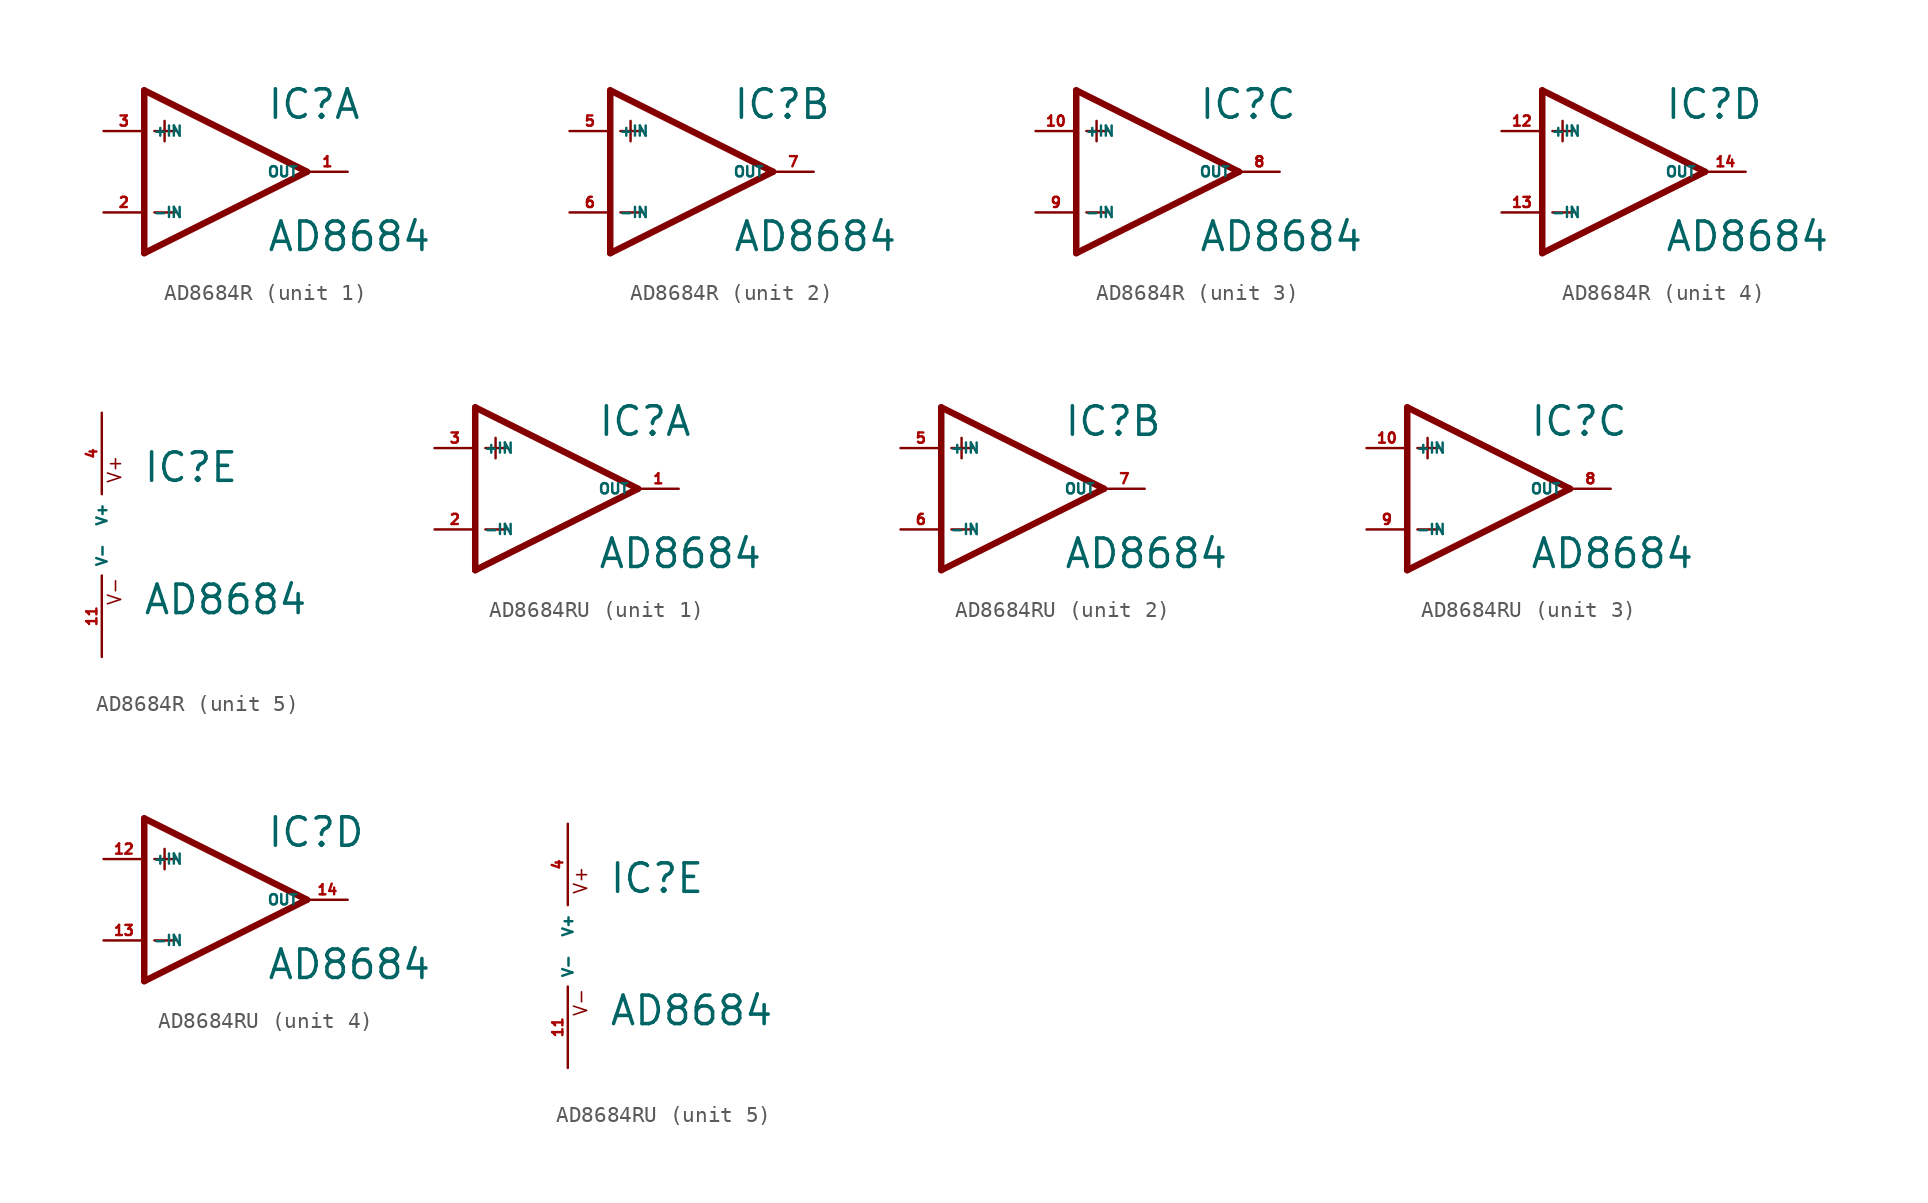
<source format=kicad_sym>
(kicad_symbol_lib
  (version 20220914)
  (generator Eagle2Kicad)
  (symbol "AD8684R"
    (property "Reference" "IC"
      (at 2.54 3.175 0)
      (effects (font (size 1.778 1.778) (thickness 0.22)) (justify left bottom)))
    (property "Value" "AD8684"
      (at 2.54 -5.08 0)
      (effects (font (size 1.778 1.778) (thickness 0.22)) (justify left bottom)))
    (symbol "AD8684R_1_0"
      (polyline (pts (xy -5.08 5.08) (xy -5.08 -5.08)) (stroke (width 0.406) (type default)) (fill (type none)))
      (polyline (pts (xy -5.08 -5.08) (xy 5.08 0)) (stroke (width 0.406) (type default)) (fill (type none)))
      (polyline (pts (xy 5.08 0) (xy -5.08 5.08)) (stroke (width 0.406) (type default)) (fill (type none)))
      (polyline (pts (xy -3.81 3.175) (xy -3.81 1.905)) (stroke (width 0.152) (type default)) (fill (type none)))
      (polyline (pts (xy -4.445 2.54) (xy -3.175 2.54)) (stroke (width 0.152) (type default)) (fill (type none)))
      (polyline (pts (xy -4.445 -2.54) (xy -3.175 -2.54)) (stroke (width 0.152) (type default)) (fill (type none)))
      (pin input line (at -7.62 -2.54 0) (length 2.54) (name "-IN" (effects (font (size 0.635 0.635) (thickness 0.08)) (justify left bottom))) (number "2" (effects (font (size 0.635 0.635) (thickness 0.08)) (justify left bottom))))
      (pin input line (at -7.62 2.54 0) (length 2.54) (name "+IN" (effects (font (size 0.635 0.635) (thickness 0.08)) (justify left bottom))) (number "3" (effects (font (size 0.635 0.635) (thickness 0.08)) (justify left bottom))))
      (pin output line (at 7.62 0 180) (length 2.54) (name "OUT" (effects (font (size 0.635 0.635) (thickness 0.08)) (justify left bottom))) (number "1" (effects (font (size 0.635 0.635) (thickness 0.08)) (justify left bottom)))))
    (symbol "AD8684R_2_0"
      (polyline (pts (xy -5.08 5.08) (xy -5.08 -5.08)) (stroke (width 0.406) (type default)) (fill (type none)))
      (polyline (pts (xy -5.08 -5.08) (xy 5.08 0)) (stroke (width 0.406) (type default)) (fill (type none)))
      (polyline (pts (xy 5.08 0) (xy -5.08 5.08)) (stroke (width 0.406) (type default)) (fill (type none)))
      (polyline (pts (xy -3.81 3.175) (xy -3.81 1.905)) (stroke (width 0.152) (type default)) (fill (type none)))
      (polyline (pts (xy -4.445 2.54) (xy -3.175 2.54)) (stroke (width 0.152) (type default)) (fill (type none)))
      (polyline (pts (xy -4.445 -2.54) (xy -3.175 -2.54)) (stroke (width 0.152) (type default)) (fill (type none)))
      (pin input line (at -7.62 -2.54 0) (length 2.54) (name "-IN" (effects (font (size 0.635 0.635) (thickness 0.08)) (justify left bottom))) (number "6" (effects (font (size 0.635 0.635) (thickness 0.08)) (justify left bottom))))
      (pin input line (at -7.62 2.54 0) (length 2.54) (name "+IN" (effects (font (size 0.635 0.635) (thickness 0.08)) (justify left bottom))) (number "5" (effects (font (size 0.635 0.635) (thickness 0.08)) (justify left bottom))))
      (pin output line (at 7.62 0 180) (length 2.54) (name "OUT" (effects (font (size 0.635 0.635) (thickness 0.08)) (justify left bottom))) (number "7" (effects (font (size 0.635 0.635) (thickness 0.08)) (justify left bottom)))))
    (symbol "AD8684R_3_0"
      (polyline (pts (xy -5.08 5.08) (xy -5.08 -5.08)) (stroke (width 0.406) (type default)) (fill (type none)))
      (polyline (pts (xy -5.08 -5.08) (xy 5.08 0)) (stroke (width 0.406) (type default)) (fill (type none)))
      (polyline (pts (xy 5.08 0) (xy -5.08 5.08)) (stroke (width 0.406) (type default)) (fill (type none)))
      (polyline (pts (xy -3.81 3.175) (xy -3.81 1.905)) (stroke (width 0.152) (type default)) (fill (type none)))
      (polyline (pts (xy -4.445 2.54) (xy -3.175 2.54)) (stroke (width 0.152) (type default)) (fill (type none)))
      (polyline (pts (xy -4.445 -2.54) (xy -3.175 -2.54)) (stroke (width 0.152) (type default)) (fill (type none)))
      (pin input line (at -7.62 -2.54 0) (length 2.54) (name "-IN" (effects (font (size 0.635 0.635) (thickness 0.08)) (justify left bottom))) (number "9" (effects (font (size 0.635 0.635) (thickness 0.08)) (justify left bottom))))
      (pin input line (at -7.62 2.54 0) (length 2.54) (name "+IN" (effects (font (size 0.635 0.635) (thickness 0.08)) (justify left bottom))) (number "10" (effects (font (size 0.635 0.635) (thickness 0.08)) (justify left bottom))))
      (pin output line (at 7.62 0 180) (length 2.54) (name "OUT" (effects (font (size 0.635 0.635) (thickness 0.08)) (justify left bottom))) (number "8" (effects (font (size 0.635 0.635) (thickness 0.08)) (justify left bottom)))))
    (symbol "AD8684R_4_0"
      (polyline (pts (xy -5.08 5.08) (xy -5.08 -5.08)) (stroke (width 0.406) (type default)) (fill (type none)))
      (polyline (pts (xy -5.08 -5.08) (xy 5.08 0)) (stroke (width 0.406) (type default)) (fill (type none)))
      (polyline (pts (xy 5.08 0) (xy -5.08 5.08)) (stroke (width 0.406) (type default)) (fill (type none)))
      (polyline (pts (xy -3.81 3.175) (xy -3.81 1.905)) (stroke (width 0.152) (type default)) (fill (type none)))
      (polyline (pts (xy -4.445 2.54) (xy -3.175 2.54)) (stroke (width 0.152) (type default)) (fill (type none)))
      (polyline (pts (xy -4.445 -2.54) (xy -3.175 -2.54)) (stroke (width 0.152) (type default)) (fill (type none)))
      (pin input line (at -7.62 -2.54 0) (length 2.54) (name "-IN" (effects (font (size 0.635 0.635) (thickness 0.08)) (justify left bottom))) (number "13" (effects (font (size 0.635 0.635) (thickness 0.08)) (justify left bottom))))
      (pin input line (at -7.62 2.54 0) (length 2.54) (name "+IN" (effects (font (size 0.635 0.635) (thickness 0.08)) (justify left bottom))) (number "12" (effects (font (size 0.635 0.635) (thickness 0.08)) (justify left bottom))))
      (pin output line (at 7.62 0 180) (length 2.54) (name "OUT" (effects (font (size 0.635 0.635) (thickness 0.08)) (justify left bottom))) (number "14" (effects (font (size 0.635 0.635) (thickness 0.08)) (justify left bottom)))))
    (symbol "AD8684R_5_0"
      (text "V+" (at 1.27 3.175 900) (effects (font (size 0.813 0.813) (thickness 0.10)) (justify left bottom)))
      (text "V-" (at 1.27 -4.445 900) (effects (font (size 0.813 0.813) (thickness 0.10)) (justify left bottom)))
      (pin unspecified line (at 0 7.62 270) (length 5.08) (name "V+" (effects (font (size 0.635 0.635) (thickness 0.08)) (justify left bottom))) (number "4" (effects (font (size 0.635 0.635) (thickness 0.08)) (justify left bottom))))
      (pin unspecified line (at 0 -7.62 90) (length 5.08) (name "V-" (effects (font (size 0.635 0.635) (thickness 0.08)) (justify left bottom))) (number "11" (effects (font (size 0.635 0.635) (thickness 0.08)) (justify left bottom))))))
  (symbol "AD8684RU"
    (property "Reference" "IC"
      (at 2.54 3.175 0)
      (effects (font (size 1.778 1.778) (thickness 0.22)) (justify left bottom)))
    (property "Value" "AD8684"
      (at 2.54 -5.08 0)
      (effects (font (size 1.778 1.778) (thickness 0.22)) (justify left bottom)))
    (symbol "AD8684RU_1_0"
      (polyline (pts (xy -5.08 5.08) (xy -5.08 -5.08)) (stroke (width 0.406) (type default)) (fill (type none)))
      (polyline (pts (xy -5.08 -5.08) (xy 5.08 0)) (stroke (width 0.406) (type default)) (fill (type none)))
      (polyline (pts (xy 5.08 0) (xy -5.08 5.08)) (stroke (width 0.406) (type default)) (fill (type none)))
      (polyline (pts (xy -3.81 3.175) (xy -3.81 1.905)) (stroke (width 0.152) (type default)) (fill (type none)))
      (polyline (pts (xy -4.445 2.54) (xy -3.175 2.54)) (stroke (width 0.152) (type default)) (fill (type none)))
      (polyline (pts (xy -4.445 -2.54) (xy -3.175 -2.54)) (stroke (width 0.152) (type default)) (fill (type none)))
      (pin input line (at -7.62 -2.54 0) (length 2.54) (name "-IN" (effects (font (size 0.635 0.635) (thickness 0.08)) (justify left bottom))) (number "2" (effects (font (size 0.635 0.635) (thickness 0.08)) (justify left bottom))))
      (pin input line (at -7.62 2.54 0) (length 2.54) (name "+IN" (effects (font (size 0.635 0.635) (thickness 0.08)) (justify left bottom))) (number "3" (effects (font (size 0.635 0.635) (thickness 0.08)) (justify left bottom))))
      (pin output line (at 7.62 0 180) (length 2.54) (name "OUT" (effects (font (size 0.635 0.635) (thickness 0.08)) (justify left bottom))) (number "1" (effects (font (size 0.635 0.635) (thickness 0.08)) (justify left bottom)))))
    (symbol "AD8684RU_2_0"
      (polyline (pts (xy -5.08 5.08) (xy -5.08 -5.08)) (stroke (width 0.406) (type default)) (fill (type none)))
      (polyline (pts (xy -5.08 -5.08) (xy 5.08 0)) (stroke (width 0.406) (type default)) (fill (type none)))
      (polyline (pts (xy 5.08 0) (xy -5.08 5.08)) (stroke (width 0.406) (type default)) (fill (type none)))
      (polyline (pts (xy -3.81 3.175) (xy -3.81 1.905)) (stroke (width 0.152) (type default)) (fill (type none)))
      (polyline (pts (xy -4.445 2.54) (xy -3.175 2.54)) (stroke (width 0.152) (type default)) (fill (type none)))
      (polyline (pts (xy -4.445 -2.54) (xy -3.175 -2.54)) (stroke (width 0.152) (type default)) (fill (type none)))
      (pin input line (at -7.62 -2.54 0) (length 2.54) (name "-IN" (effects (font (size 0.635 0.635) (thickness 0.08)) (justify left bottom))) (number "6" (effects (font (size 0.635 0.635) (thickness 0.08)) (justify left bottom))))
      (pin input line (at -7.62 2.54 0) (length 2.54) (name "+IN" (effects (font (size 0.635 0.635) (thickness 0.08)) (justify left bottom))) (number "5" (effects (font (size 0.635 0.635) (thickness 0.08)) (justify left bottom))))
      (pin output line (at 7.62 0 180) (length 2.54) (name "OUT" (effects (font (size 0.635 0.635) (thickness 0.08)) (justify left bottom))) (number "7" (effects (font (size 0.635 0.635) (thickness 0.08)) (justify left bottom)))))
    (symbol "AD8684RU_3_0"
      (polyline (pts (xy -5.08 5.08) (xy -5.08 -5.08)) (stroke (width 0.406) (type default)) (fill (type none)))
      (polyline (pts (xy -5.08 -5.08) (xy 5.08 0)) (stroke (width 0.406) (type default)) (fill (type none)))
      (polyline (pts (xy 5.08 0) (xy -5.08 5.08)) (stroke (width 0.406) (type default)) (fill (type none)))
      (polyline (pts (xy -3.81 3.175) (xy -3.81 1.905)) (stroke (width 0.152) (type default)) (fill (type none)))
      (polyline (pts (xy -4.445 2.54) (xy -3.175 2.54)) (stroke (width 0.152) (type default)) (fill (type none)))
      (polyline (pts (xy -4.445 -2.54) (xy -3.175 -2.54)) (stroke (width 0.152) (type default)) (fill (type none)))
      (pin input line (at -7.62 -2.54 0) (length 2.54) (name "-IN" (effects (font (size 0.635 0.635) (thickness 0.08)) (justify left bottom))) (number "9" (effects (font (size 0.635 0.635) (thickness 0.08)) (justify left bottom))))
      (pin input line (at -7.62 2.54 0) (length 2.54) (name "+IN" (effects (font (size 0.635 0.635) (thickness 0.08)) (justify left bottom))) (number "10" (effects (font (size 0.635 0.635) (thickness 0.08)) (justify left bottom))))
      (pin output line (at 7.62 0 180) (length 2.54) (name "OUT" (effects (font (size 0.635 0.635) (thickness 0.08)) (justify left bottom))) (number "8" (effects (font (size 0.635 0.635) (thickness 0.08)) (justify left bottom)))))
    (symbol "AD8684RU_4_0"
      (polyline (pts (xy -5.08 5.08) (xy -5.08 -5.08)) (stroke (width 0.406) (type default)) (fill (type none)))
      (polyline (pts (xy -5.08 -5.08) (xy 5.08 0)) (stroke (width 0.406) (type default)) (fill (type none)))
      (polyline (pts (xy 5.08 0) (xy -5.08 5.08)) (stroke (width 0.406) (type default)) (fill (type none)))
      (polyline (pts (xy -3.81 3.175) (xy -3.81 1.905)) (stroke (width 0.152) (type default)) (fill (type none)))
      (polyline (pts (xy -4.445 2.54) (xy -3.175 2.54)) (stroke (width 0.152) (type default)) (fill (type none)))
      (polyline (pts (xy -4.445 -2.54) (xy -3.175 -2.54)) (stroke (width 0.152) (type default)) (fill (type none)))
      (pin input line (at -7.62 -2.54 0) (length 2.54) (name "-IN" (effects (font (size 0.635 0.635) (thickness 0.08)) (justify left bottom))) (number "13" (effects (font (size 0.635 0.635) (thickness 0.08)) (justify left bottom))))
      (pin input line (at -7.62 2.54 0) (length 2.54) (name "+IN" (effects (font (size 0.635 0.635) (thickness 0.08)) (justify left bottom))) (number "12" (effects (font (size 0.635 0.635) (thickness 0.08)) (justify left bottom))))
      (pin output line (at 7.62 0 180) (length 2.54) (name "OUT" (effects (font (size 0.635 0.635) (thickness 0.08)) (justify left bottom))) (number "14" (effects (font (size 0.635 0.635) (thickness 0.08)) (justify left bottom)))))
    (symbol "AD8684RU_5_0"
      (text "V+" (at 1.27 3.175 900) (effects (font (size 0.813 0.813) (thickness 0.10)) (justify left bottom)))
      (text "V-" (at 1.27 -4.445 900) (effects (font (size 0.813 0.813) (thickness 0.10)) (justify left bottom)))
      (pin unspecified line (at 0 7.62 270) (length 5.08) (name "V+" (effects (font (size 0.635 0.635) (thickness 0.08)) (justify left bottom))) (number "4" (effects (font (size 0.635 0.635) (thickness 0.08)) (justify left bottom))))
      (pin unspecified line (at 0 -7.62 90) (length 5.08) (name "V-" (effects (font (size 0.635 0.635) (thickness 0.08)) (justify left bottom))) (number "11" (effects (font (size 0.635 0.635) (thickness 0.08)) (justify left bottom)))))))
</source>
